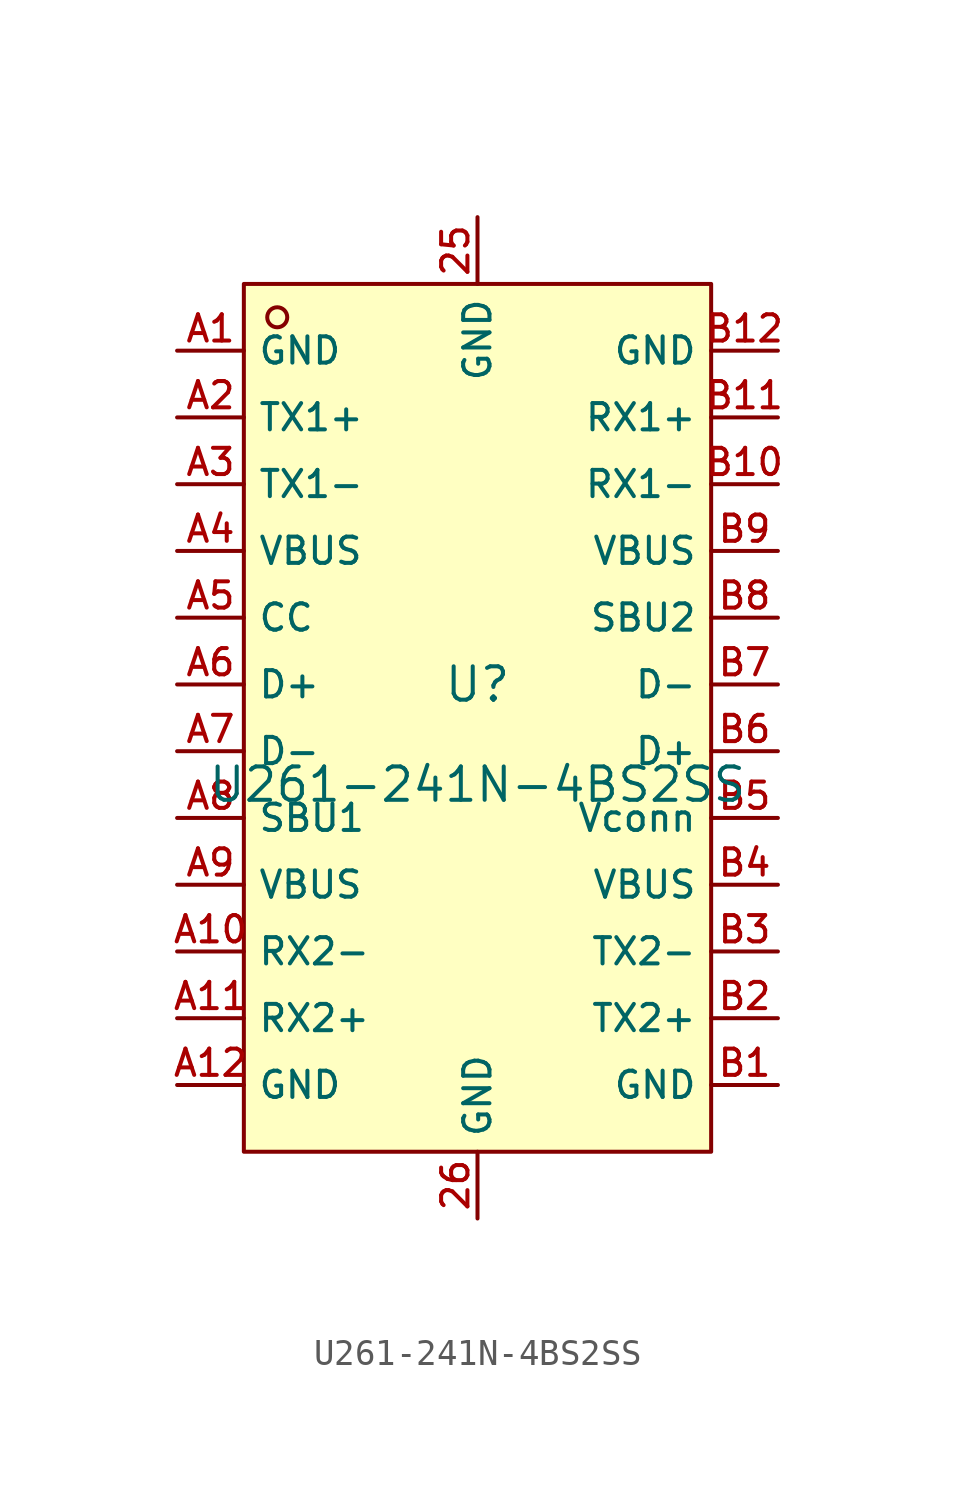
<source format=kicad_sym>
(kicad_symbol_lib
  (version 20210201)
  (generator TousstNicolas/JLC2KiCad_lib)
  (symbol "U261-241N-4BS2SS"
    (property "Reference" "U"
      (at 0 1.27 0)
      (effects (font (size 1.27 1.27))))
    (property "Value" "U261-241N-4BS2SS"
      (at 0 -2.54 0)
      (effects (font (size 1.27 1.27))))
    (symbol "U261-241N-4BS2SS_0_1"
      (rectangle (start -8.89 16.51) (end 8.89 -16.51) (stroke (width 0) (type default) (color 0 0 0 0)) (fill (type background)))
      (circle (center -7.62 15.24) (radius 0.381) (stroke (width 0) (type default) (color 0 0 0 0)) (fill (type background)))
      (pin unspecified line (at -11.43 13.97 0) (length 2.54) (name "GND" (effects (font (size 1 1)))) (number "A1" (effects (font (size 1 1)))))
      (pin unspecified line (at -11.43 11.43 0) (length 2.54) (name "TX1+" (effects (font (size 1 1)))) (number "A2" (effects (font (size 1 1)))))
      (pin unspecified line (at -11.43 8.89 0) (length 2.54) (name "TX1-" (effects (font (size 1 1)))) (number "A3" (effects (font (size 1 1)))))
      (pin unspecified line (at -11.43 6.35 0) (length 2.54) (name "VBUS" (effects (font (size 1 1)))) (number "A4" (effects (font (size 1 1)))))
      (pin unspecified line (at -11.43 3.81 0) (length 2.54) (name "CC" (effects (font (size 1 1)))) (number "A5" (effects (font (size 1 1)))))
      (pin unspecified line (at -11.43 1.27 0) (length 2.54) (name "D+" (effects (font (size 1 1)))) (number "A6" (effects (font (size 1 1)))))
      (pin unspecified line (at -11.43 -1.27 0) (length 2.54) (name "D-" (effects (font (size 1 1)))) (number "A7" (effects (font (size 1 1)))))
      (pin unspecified line (at -11.43 -3.81 0) (length 2.54) (name "SBU1" (effects (font (size 1 1)))) (number "A8" (effects (font (size 1 1)))))
      (pin unspecified line (at -11.43 -6.35 0) (length 2.54) (name "VBUS" (effects (font (size 1 1)))) (number "A9" (effects (font (size 1 1)))))
      (pin unspecified line (at -11.43 -8.89 0) (length 2.54) (name "RX2-" (effects (font (size 1 1)))) (number "A10" (effects (font (size 1 1)))))
      (pin unspecified line (at -11.43 -11.43 0) (length 2.54) (name "RX2+" (effects (font (size 1 1)))) (number "A11" (effects (font (size 1 1)))))
      (pin unspecified line (at -11.43 -13.97 0) (length 2.54) (name "GND" (effects (font (size 1 1)))) (number "A12" (effects (font (size 1 1)))))
      (pin unspecified line (at 11.43 -13.97 180) (length 2.54) (name "GND" (effects (font (size 1 1)))) (number "B1" (effects (font (size 1 1)))))
      (pin unspecified line (at 11.43 -11.43 180) (length 2.54) (name "TX2+" (effects (font (size 1 1)))) (number "B2" (effects (font (size 1 1)))))
      (pin unspecified line (at 11.43 -8.89 180) (length 2.54) (name "TX2-" (effects (font (size 1 1)))) (number "B3" (effects (font (size 1 1)))))
      (pin unspecified line (at 11.43 -6.35 180) (length 2.54) (name "VBUS" (effects (font (size 1 1)))) (number "B4" (effects (font (size 1 1)))))
      (pin unspecified line (at 11.43 -3.81 180) (length 2.54) (name "Vconn" (effects (font (size 1 1)))) (number "B5" (effects (font (size 1 1)))))
      (pin unspecified line (at 11.43 -1.27 180) (length 2.54) (name "D+" (effects (font (size 1 1)))) (number "B6" (effects (font (size 1 1)))))
      (pin unspecified line (at 11.43 1.27 180) (length 2.54) (name "D-" (effects (font (size 1 1)))) (number "B7" (effects (font (size 1 1)))))
      (pin unspecified line (at 11.43 3.81 180) (length 2.54) (name "SBU2" (effects (font (size 1 1)))) (number "B8" (effects (font (size 1 1)))))
      (pin unspecified line (at 11.43 6.35 180) (length 2.54) (name "VBUS" (effects (font (size 1 1)))) (number "B9" (effects (font (size 1 1)))))
      (pin unspecified line (at 11.43 8.89 180) (length 2.54) (name "RX1-" (effects (font (size 1 1)))) (number "B10" (effects (font (size 1 1)))))
      (pin unspecified line (at 11.43 11.43 180) (length 2.54) (name "RX1+" (effects (font (size 1 1)))) (number "B11" (effects (font (size 1 1)))))
      (pin unspecified line (at 11.43 13.97 180) (length 2.54) (name "GND" (effects (font (size 1 1)))) (number "B12" (effects (font (size 1 1)))))
      (pin unspecified line (at 0.0 19.05 270) (length 2.54) (name "GND" (effects (font (size 1 1)))) (number "25" (effects (font (size 1 1)))))
      (pin unspecified line (at 0.0 -19.05 90) (length 2.54) (name "GND" (effects (font (size 1 1)))) (number "26" (effects (font (size 1 1))))))))
</source>
